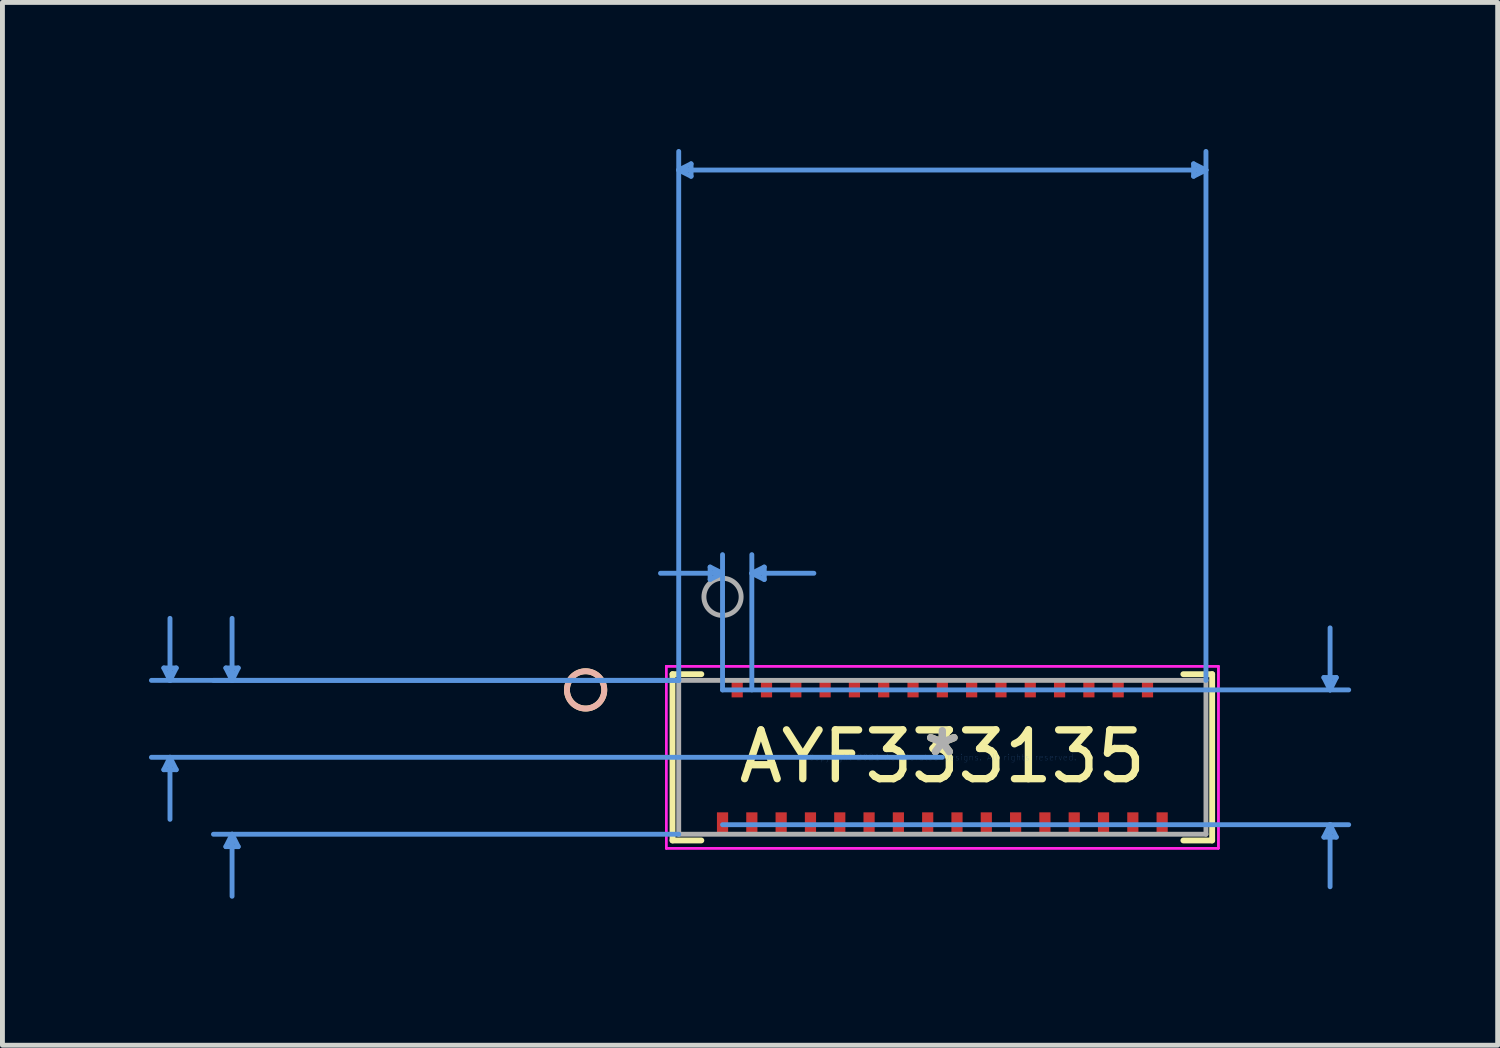
<source format=kicad_pcb>
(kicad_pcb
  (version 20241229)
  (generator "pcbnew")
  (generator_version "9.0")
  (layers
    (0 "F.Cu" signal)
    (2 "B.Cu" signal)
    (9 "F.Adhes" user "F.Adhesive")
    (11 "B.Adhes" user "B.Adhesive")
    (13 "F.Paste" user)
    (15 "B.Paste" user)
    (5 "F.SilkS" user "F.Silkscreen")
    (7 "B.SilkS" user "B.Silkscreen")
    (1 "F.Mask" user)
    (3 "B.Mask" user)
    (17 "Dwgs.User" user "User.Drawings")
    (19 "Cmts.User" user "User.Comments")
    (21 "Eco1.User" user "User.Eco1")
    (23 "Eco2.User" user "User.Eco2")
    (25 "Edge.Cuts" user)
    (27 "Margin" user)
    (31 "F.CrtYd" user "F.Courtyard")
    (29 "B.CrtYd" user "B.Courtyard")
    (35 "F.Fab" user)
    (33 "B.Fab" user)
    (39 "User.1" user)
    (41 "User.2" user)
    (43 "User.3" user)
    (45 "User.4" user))
  (footprint "AYF333135"
    (layer "F.Cu")
    (at 16.242 12.454)
    (property "Reference" "AYF333135" (at 0 -0.017 0) (layer "F.SilkS") (effects (font (size 1 1) (thickness 0.15))))
    (attr through_hole)
    (fp_line (start -5.524 -1.702) (end -5.524 1.702) (stroke (width 0.12) (type solid)) (layer "F.SilkS"))
    (fp_line (start -5.524 1.702) (end -4.934 1.702) (stroke (width 0.12) (type solid)) (layer "F.SilkS"))
    (fp_line (start -4.934 -1.702) (end -5.524 -1.702) (stroke (width 0.12) (type solid)) (layer "F.SilkS"))
    (fp_line (start 4.934 1.702) (end 5.524 1.702) (stroke (width 0.12) (type solid)) (layer "F.SilkS"))
    (fp_line (start 5.524 -1.702) (end 4.934 -1.702) (stroke (width 0.12) (type solid)) (layer "F.SilkS"))
    (fp_line (start 5.524 1.702) (end 5.524 -1.702) (stroke (width 0.12) (type solid)) (layer "F.SilkS"))
    (fp_circle (center -7.303 -1.38) (end -6.921 -1.38) (stroke (width 0.12) (type solid)) (fill no) (layer "F.SilkS"))
    (fp_circle (center -7.303 -1.38) (end -6.921 -1.38) (stroke (width 0.12) (type solid)) (fill no) (layer "B.SilkS"))
    (fp_line (start -15.938 -1.829) (end -15.684 -1.829) (stroke (width 0.1) (type solid)) (layer "Cmts.User"))
    (fp_line (start -15.938 0.254) (end -15.684 0.254) (stroke (width 0.1) (type solid)) (layer "Cmts.User"))
    (fp_line (start -15.812 -1.575) (end -15.938 -1.829) (stroke (width 0.1) (type solid)) (layer "Cmts.User"))
    (fp_line (start -15.812 -1.575) (end -15.812 -2.845) (stroke (width 0.1) (type solid)) (layer "Cmts.User"))
    (fp_line (start -15.812 -1.575) (end -15.684 -1.829) (stroke (width 0.1) (type solid)) (layer "Cmts.User"))
    (fp_line (start -15.812 0) (end -15.938 0.254) (stroke (width 0.1) (type solid)) (layer "Cmts.User"))
    (fp_line (start -15.812 0) (end -15.812 1.27) (stroke (width 0.1) (type solid)) (layer "Cmts.User"))
    (fp_line (start -15.812 0) (end -15.684 0.254) (stroke (width 0.1) (type solid)) (layer "Cmts.User"))
    (fp_line (start -14.668 -1.829) (end -14.415 -1.829) (stroke (width 0.1) (type solid)) (layer "Cmts.User"))
    (fp_line (start -14.668 1.829) (end -14.415 1.829) (stroke (width 0.1) (type solid)) (layer "Cmts.User"))
    (fp_line (start -14.541 -1.575) (end -14.668 -1.829) (stroke (width 0.1) (type solid)) (layer "Cmts.User"))
    (fp_line (start -14.541 -1.575) (end -14.541 -2.845) (stroke (width 0.1) (type solid)) (layer "Cmts.User"))
    (fp_line (start -14.541 -1.575) (end -14.415 -1.829) (stroke (width 0.1) (type solid)) (layer "Cmts.User"))
    (fp_line (start -14.541 1.575) (end -14.668 1.829) (stroke (width 0.1) (type solid)) (layer "Cmts.User"))
    (fp_line (start -14.541 1.575) (end -14.541 2.845) (stroke (width 0.1) (type solid)) (layer "Cmts.User"))
    (fp_line (start -14.541 1.575) (end -14.415 1.829) (stroke (width 0.1) (type solid)) (layer "Cmts.User"))
    (fp_line (start -5.397 -12.023) (end -5.144 -12.15) (stroke (width 0.1) (type solid)) (layer "Cmts.User"))
    (fp_line (start -5.397 -12.023) (end -5.144 -11.896) (stroke (width 0.1) (type solid)) (layer "Cmts.User"))
    (fp_line (start -5.397 -12.023) (end 5.397 -12.023) (stroke (width 0.1) (type solid)) (layer "Cmts.User"))
    (fp_line (start -5.397 -1.575) (end -16.192 -1.575) (stroke (width 0.1) (type solid)) (layer "Cmts.User"))
    (fp_line (start -5.397 -1.575) (end -14.922 -1.575) (stroke (width 0.1) (type solid)) (layer "Cmts.User"))
    (fp_line (start -5.397 -1.575) (end -5.397 -12.404) (stroke (width 0.1) (type solid)) (layer "Cmts.User"))
    (fp_line (start -5.397 1.575) (end -14.922 1.575) (stroke (width 0.1) (type solid)) (layer "Cmts.User"))
    (fp_line (start -5.144 -12.15) (end -5.144 -11.896) (stroke (width 0.1) (type solid)) (layer "Cmts.User"))
    (fp_line (start -4.754 -3.895) (end -4.754 -3.641) (stroke (width 0.1) (type solid)) (layer "Cmts.User"))
    (fp_line (start -4.5 -3.768) (end -5.77 -3.768) (stroke (width 0.1) (type solid)) (layer "Cmts.User"))
    (fp_line (start -4.5 -3.768) (end -4.754 -3.895) (stroke (width 0.1) (type solid)) (layer "Cmts.User"))
    (fp_line (start -4.5 -3.768) (end -4.754 -3.641) (stroke (width 0.1) (type solid)) (layer "Cmts.User"))
    (fp_line (start -4.5 -1.38) (end -4.5 -4.149) (stroke (width 0.1) (type solid)) (layer "Cmts.User"))
    (fp_line (start -4.5 -1.38) (end 8.319 -1.38) (stroke (width 0.1) (type solid)) (layer "Cmts.User"))
    (fp_line (start -4.5 1.38) (end 8.319 1.38) (stroke (width 0.1) (type solid)) (layer "Cmts.User"))
    (fp_line (start -3.9 -3.768) (end -3.646 -3.895) (stroke (width 0.1) (type solid)) (layer "Cmts.User"))
    (fp_line (start -3.9 -3.768) (end -3.646 -3.641) (stroke (width 0.1) (type solid)) (layer "Cmts.User"))
    (fp_line (start -3.9 -3.768) (end -2.63 -3.768) (stroke (width 0.1) (type solid)) (layer "Cmts.User"))
    (fp_line (start -3.9 -1.38) (end -3.9 -4.149) (stroke (width 0.1) (type solid)) (layer "Cmts.User"))
    (fp_line (start -3.646 -3.895) (end -3.646 -3.641) (stroke (width 0.1) (type solid)) (layer "Cmts.User"))
    (fp_line (start 0 0) (end -16.192 0) (stroke (width 0.1) (type solid)) (layer "Cmts.User"))
    (fp_line (start 5.144 -12.15) (end 5.144 -11.896) (stroke (width 0.1) (type solid)) (layer "Cmts.User"))
    (fp_line (start 5.397 -12.023) (end 5.144 -12.15) (stroke (width 0.1) (type solid)) (layer "Cmts.User"))
    (fp_line (start 5.397 -12.023) (end 5.144 -11.896) (stroke (width 0.1) (type solid)) (layer "Cmts.User"))
    (fp_line (start 5.397 -1.575) (end 5.397 -12.404) (stroke (width 0.1) (type solid)) (layer "Cmts.User"))
    (fp_line (start 7.811 -1.634) (end 8.065 -1.634) (stroke (width 0.1) (type solid)) (layer "Cmts.User"))
    (fp_line (start 7.811 1.634) (end 8.065 1.634) (stroke (width 0.1) (type solid)) (layer "Cmts.User"))
    (fp_line (start 7.938 -1.38) (end 7.811 -1.634) (stroke (width 0.1) (type solid)) (layer "Cmts.User"))
    (fp_line (start 7.938 -1.38) (end 7.938 -2.65) (stroke (width 0.1) (type solid)) (layer "Cmts.User"))
    (fp_line (start 7.938 -1.38) (end 8.065 -1.634) (stroke (width 0.1) (type solid)) (layer "Cmts.User"))
    (fp_line (start 7.938 1.38) (end 7.811 1.634) (stroke (width 0.1) (type solid)) (layer "Cmts.User"))
    (fp_line (start 7.938 1.38) (end 7.938 2.65) (stroke (width 0.1) (type solid)) (layer "Cmts.User"))
    (fp_line (start 7.938 1.38) (end 8.065 1.634) (stroke (width 0.1) (type solid)) (layer "Cmts.User"))
    (fp_line (start -5.652 -1.863) (end -5.652 1.863) (stroke (width 0.05) (type solid)) (layer "F.CrtYd"))
    (fp_line (start -5.652 -1.863) (end -5.652 1.863) (stroke (width 0.05) (type solid)) (layer "F.CrtYd"))
    (fp_line (start -5.652 1.863) (end 5.652 1.863) (stroke (width 0.05) (type solid)) (layer "F.CrtYd"))
    (fp_line (start -5.652 1.863) (end 5.652 1.863) (stroke (width 0.05) (type solid)) (layer "F.CrtYd"))
    (fp_line (start 5.652 -1.863) (end -5.652 -1.863) (stroke (width 0.05) (type solid)) (layer "F.CrtYd"))
    (fp_line (start 5.652 -1.863) (end -5.652 -1.863) (stroke (width 0.05) (type solid)) (layer "F.CrtYd"))
    (fp_line (start 5.652 1.863) (end 5.652 -1.863) (stroke (width 0.05) (type solid)) (layer "F.CrtYd"))
    (fp_line (start 5.652 1.863) (end 5.652 -1.863) (stroke (width 0.05) (type solid)) (layer "F.CrtYd"))
    (fp_line (start -5.397 -1.575) (end -5.397 1.575) (stroke (width 0.1) (type solid)) (layer "F.Fab"))
    (fp_line (start -5.397 1.575) (end 5.397 1.575) (stroke (width 0.1) (type solid)) (layer "F.Fab"))
    (fp_line (start 5.397 -1.575) (end -5.397 -1.575) (stroke (width 0.1) (type solid)) (layer "F.Fab"))
    (fp_line (start 5.397 1.575) (end 5.397 -1.575) (stroke (width 0.1) (type solid)) (layer "F.Fab"))
    (fp_circle (center -4.5 -3.285) (end -4.119 -3.285) (stroke (width 0.1) (type solid)) (fill no) (layer "F.Fab"))
    (fp_text user "*" (at 0 0 0) (layer "F.SilkS") (effects (font (size 1 1) (thickness 0.15))))
    (fp_text user "Copyright 2021 Accelerated Designs. All rights reserved." (at 0 0 0) (layer "Cmts.User") (effects (font (size 0.127 0.127) (thickness 0.002))))
    (fp_text user "*" (at 0 0 0) (layer "F.Fab") (effects (font (size 1 1) (thickness 0.15))))
    (pad "1" smd rect (at -4.2 -1.405) (size 0.229 0.356) (layers "F.Cu" "F.Mask" "F.Paste"))
    (pad "2" smd rect (at -3.6 -1.405) (size 0.229 0.356) (layers "F.Cu" "F.Mask" "F.Paste"))
    (pad "3" smd rect (at -3 -1.405) (size 0.229 0.356) (layers "F.Cu" "F.Mask" "F.Paste"))
    (pad "4" smd rect (at -2.4 -1.405) (size 0.229 0.356) (layers "F.Cu" "F.Mask" "F.Paste"))
    (pad "5" smd rect (at -1.8 -1.405) (size 0.229 0.356) (layers "F.Cu" "F.Mask" "F.Paste"))
    (pad "6" smd rect (at -1.2 -1.405) (size 0.229 0.356) (layers "F.Cu" "F.Mask" "F.Paste"))
    (pad "7" smd rect (at -0.6 -1.405) (size 0.229 0.356) (layers "F.Cu" "F.Mask" "F.Paste"))
    (pad "8" smd rect (at 0.000001 -1.405) (size 0.229 0.356) (layers "F.Cu" "F.Mask" "F.Paste"))
    (pad "9" smd rect (at 0.6 -1.405) (size 0.229 0.356) (layers "F.Cu" "F.Mask" "F.Paste"))
    (pad "10" smd rect (at 1.2 -1.405) (size 0.229 0.356) (layers "F.Cu" "F.Mask" "F.Paste"))
    (pad "11" smd rect (at 1.8 -1.405) (size 0.229 0.356) (layers "F.Cu" "F.Mask" "F.Paste"))
    (pad "12" smd rect (at 2.4 -1.405) (size 0.229 0.356) (layers "F.Cu" "F.Mask" "F.Paste"))
    (pad "13" smd rect (at 3 -1.405) (size 0.229 0.356) (layers "F.Cu" "F.Mask" "F.Paste"))
    (pad "14" smd rect (at 3.6 -1.405) (size 0.229 0.356) (layers "F.Cu" "F.Mask" "F.Paste"))
    (pad "15" smd rect (at 4.2 -1.405) (size 0.229 0.356) (layers "F.Cu" "F.Mask" "F.Paste"))
    (pad "16" smd rect (at -4.5 1.355) (size 0.229 0.457) (layers "F.Cu" "F.Mask" "F.Paste"))
    (pad "17" smd rect (at -3.9 1.355) (size 0.229 0.457) (layers "F.Cu" "F.Mask" "F.Paste"))
    (pad "18" smd rect (at -3.3 1.355) (size 0.229 0.457) (layers "F.Cu" "F.Mask" "F.Paste"))
    (pad "19" smd rect (at -2.7 1.355) (size 0.229 0.457) (layers "F.Cu" "F.Mask" "F.Paste"))
    (pad "20" smd rect (at -2.1 1.355) (size 0.229 0.457) (layers "F.Cu" "F.Mask" "F.Paste"))
    (pad "21" smd rect (at -1.5 1.355) (size 0.229 0.457) (layers "F.Cu" "F.Mask" "F.Paste"))
    (pad "22" smd rect (at -0.9 1.355) (size 0.229 0.457) (layers "F.Cu" "F.Mask" "F.Paste"))
    (pad "23" smd rect (at -0.3 1.355) (size 0.229 0.457) (layers "F.Cu" "F.Mask" "F.Paste"))
    (pad "24" smd rect (at 0.3 1.355) (size 0.229 0.457) (layers "F.Cu" "F.Mask" "F.Paste"))
    (pad "25" smd rect (at 0.9 1.355) (size 0.229 0.457) (layers "F.Cu" "F.Mask" "F.Paste"))
    (pad "26" smd rect (at 1.5 1.355) (size 0.229 0.457) (layers "F.Cu" "F.Mask" "F.Paste"))
    (pad "27" smd rect (at 2.1 1.355) (size 0.229 0.457) (layers "F.Cu" "F.Mask" "F.Paste"))
    (pad "28" smd rect (at 2.7 1.355) (size 0.229 0.457) (layers "F.Cu" "F.Mask" "F.Paste"))
    (pad "29" smd rect (at 3.3 1.355) (size 0.229 0.457) (layers "F.Cu" "F.Mask" "F.Paste"))
    (pad "30" smd rect (at 3.9 1.355) (size 0.229 0.457) (layers "F.Cu" "F.Mask" "F.Paste"))
    (pad "31" smd rect (at 4.5 1.355) (size 0.229 0.457) (layers "F.Cu" "F.Mask" "F.Paste")))
  (gr_rect
    (start -3 -3)
    (end 27.611 18.348)
    (stroke (width 0.1) (type default))
    (fill no)
    (layer "Edge.Cuts")))
</source>
